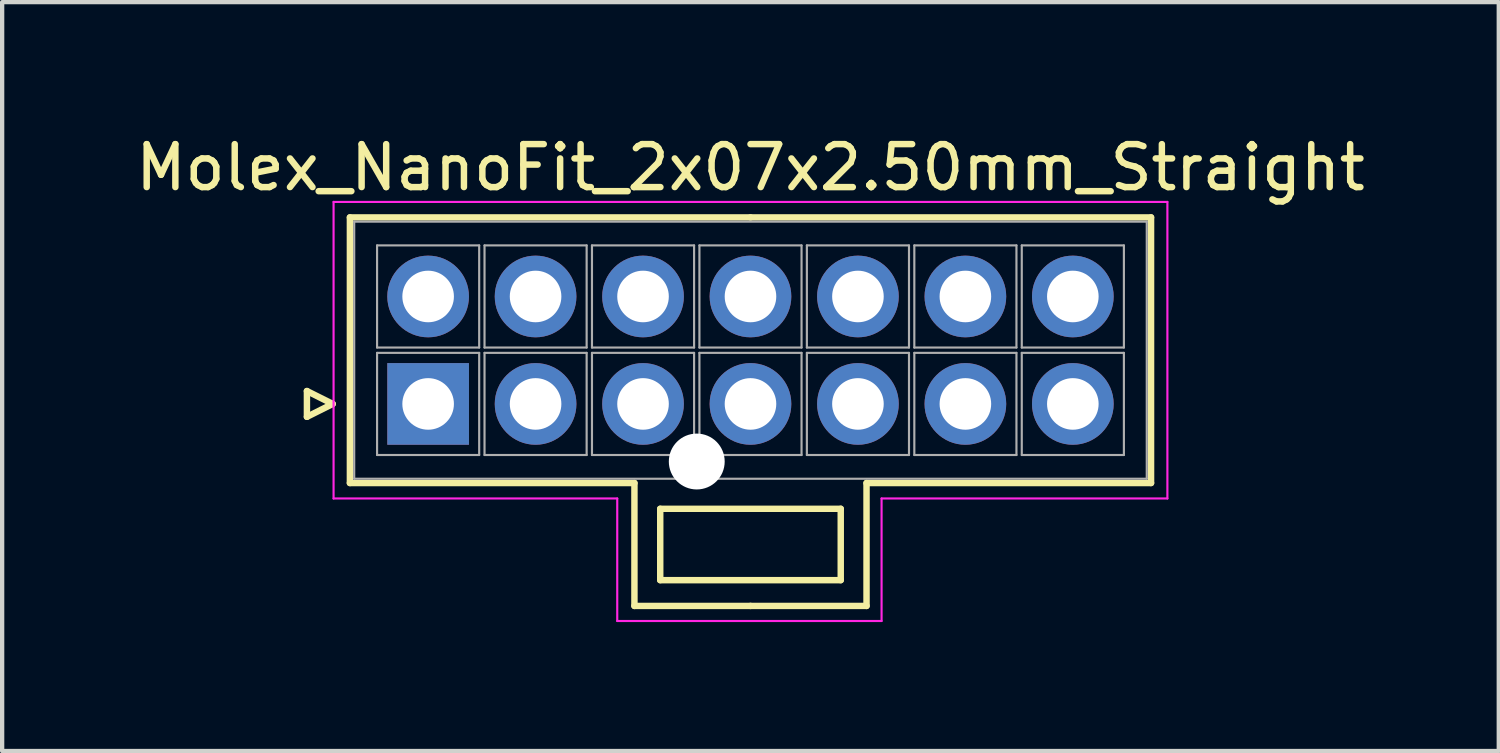
<source format=kicad_pcb>
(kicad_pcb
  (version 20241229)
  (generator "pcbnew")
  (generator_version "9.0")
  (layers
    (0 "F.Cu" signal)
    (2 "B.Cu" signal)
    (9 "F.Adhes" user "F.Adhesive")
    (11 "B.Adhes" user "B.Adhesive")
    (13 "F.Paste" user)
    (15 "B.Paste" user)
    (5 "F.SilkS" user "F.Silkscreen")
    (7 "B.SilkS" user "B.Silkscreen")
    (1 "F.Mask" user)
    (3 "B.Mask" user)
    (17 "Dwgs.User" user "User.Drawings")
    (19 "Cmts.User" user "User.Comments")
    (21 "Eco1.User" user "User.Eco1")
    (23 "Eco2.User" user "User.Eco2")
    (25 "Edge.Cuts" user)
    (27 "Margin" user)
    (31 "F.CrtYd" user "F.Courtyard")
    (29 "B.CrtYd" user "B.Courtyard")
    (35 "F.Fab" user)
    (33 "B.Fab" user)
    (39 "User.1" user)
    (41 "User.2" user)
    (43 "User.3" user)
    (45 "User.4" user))
  (footprint "Molex_NanoFit_2x07x2.50mm_Straight"
    (layer "F.Cu")
    (at 6.911 6.348)
    (property "Reference" "Molex_NanoFit_2x07x2.50mm_Straight" (at 7.5 -5.5 0) (layer "F.SilkS") (effects (font (size 1 1) (thickness 0.15))))
    (attr through_hole)
    (fp_line (start -2.82 -0.3) (end -2.22 0) (stroke (width 0.15) (type solid)) (layer "F.SilkS"))
    (fp_line (start -2.82 0.3) (end -2.82 -0.3) (stroke (width 0.15) (type solid)) (layer "F.SilkS"))
    (fp_line (start -2.22 0) (end -2.82 0.3) (stroke (width 0.15) (type solid)) (layer "F.SilkS"))
    (fp_line (start -1.82 -4.34) (end -1.82 1.84) (stroke (width 0.15) (type solid)) (layer "F.SilkS"))
    (fp_line (start -1.82 1.84) (end 4.8 1.84) (stroke (width 0.15) (type solid)) (layer "F.SilkS"))
    (fp_line (start 4.8 1.84) (end 4.8 4.7) (stroke (width 0.15) (type solid)) (layer "F.SilkS"))
    (fp_line (start 4.8 4.7) (end 7.5 4.7) (stroke (width 0.15) (type solid)) (layer "F.SilkS"))
    (fp_line (start 5.4 2.44) (end 5.4 4.1) (stroke (width 0.15) (type solid)) (layer "F.SilkS"))
    (fp_line (start 5.4 4.1) (end 9.6 4.1) (stroke (width 0.15) (type solid)) (layer "F.SilkS"))
    (fp_line (start 7.5 -4.34) (end -1.82 -4.34) (stroke (width 0.15) (type solid)) (layer "F.SilkS"))
    (fp_line (start 7.5 -4.34) (end 16.82 -4.34) (stroke (width 0.15) (type solid)) (layer "F.SilkS"))
    (fp_line (start 9.6 2.44) (end 5.4 2.44) (stroke (width 0.15) (type solid)) (layer "F.SilkS"))
    (fp_line (start 9.6 4.1) (end 9.6 2.44) (stroke (width 0.15) (type solid)) (layer "F.SilkS"))
    (fp_line (start 10.2 1.84) (end 10.2 4.7) (stroke (width 0.15) (type solid)) (layer "F.SilkS"))
    (fp_line (start 10.2 4.7) (end 7.5 4.7) (stroke (width 0.15) (type solid)) (layer "F.SilkS"))
    (fp_line (start 16.82 -4.34) (end 16.82 1.84) (stroke (width 0.15) (type solid)) (layer "F.SilkS"))
    (fp_line (start 16.82 1.84) (end 10.2 1.84) (stroke (width 0.15) (type solid)) (layer "F.SilkS"))
    (fp_line (start -2.2 -4.7) (end -2.2 2.2) (stroke (width 0.05) (type solid)) (layer "F.CrtYd"))
    (fp_line (start -2.2 2.2) (end 4.4 2.2) (stroke (width 0.05) (type solid)) (layer "F.CrtYd"))
    (fp_line (start 4.4 2.2) (end 4.4 5.05) (stroke (width 0.05) (type solid)) (layer "F.CrtYd"))
    (fp_line (start 4.4 5.05) (end 10.55 5.05) (stroke (width 0.05) (type solid)) (layer "F.CrtYd"))
    (fp_line (start 10.55 2.2) (end 17.2 2.2) (stroke (width 0.05) (type solid)) (layer "F.CrtYd"))
    (fp_line (start 10.55 5.05) (end 10.55 2.2) (stroke (width 0.05) (type solid)) (layer "F.CrtYd"))
    (fp_line (start 17.2 -4.7) (end -2.2 -4.7) (stroke (width 0.05) (type solid)) (layer "F.CrtYd"))
    (fp_line (start 17.2 2.2) (end 17.2 -4.7) (stroke (width 0.05) (type solid)) (layer "F.CrtYd"))
    (fp_line (start -1.72 -4.24) (end -1.72 1.74) (stroke (width 0.05) (type solid)) (layer "F.Fab"))
    (fp_line (start -1.72 1.74) (end 16.72 1.74) (stroke (width 0.05) (type solid)) (layer "F.Fab"))
    (fp_line (start -1.188 -3.688) (end -1.188 -1.312) (stroke (width 0.05) (type solid)) (layer "F.Fab"))
    (fp_line (start -1.188 -1.312) (end 1.188 -1.312) (stroke (width 0.05) (type solid)) (layer "F.Fab"))
    (fp_line (start -1.188 -1.188) (end -1.188 1.188) (stroke (width 0.05) (type solid)) (layer "F.Fab"))
    (fp_line (start -1.188 1.188) (end 1.188 1.188) (stroke (width 0.05) (type solid)) (layer "F.Fab"))
    (fp_line (start 1.188 -3.688) (end -1.188 -3.688) (stroke (width 0.05) (type solid)) (layer "F.Fab"))
    (fp_line (start 1.188 -1.312) (end 1.188 -3.688) (stroke (width 0.05) (type solid)) (layer "F.Fab"))
    (fp_line (start 1.188 -1.188) (end -1.188 -1.188) (stroke (width 0.05) (type solid)) (layer "F.Fab"))
    (fp_line (start 1.188 1.188) (end 1.188 -1.188) (stroke (width 0.05) (type solid)) (layer "F.Fab"))
    (fp_line (start 1.312 -3.688) (end 1.312 -1.312) (stroke (width 0.05) (type solid)) (layer "F.Fab"))
    (fp_line (start 1.312 -1.312) (end 3.688 -1.312) (stroke (width 0.05) (type solid)) (layer "F.Fab"))
    (fp_line (start 1.312 -1.188) (end 1.312 1.188) (stroke (width 0.05) (type solid)) (layer "F.Fab"))
    (fp_line (start 1.312 1.188) (end 3.688 1.188) (stroke (width 0.05) (type solid)) (layer "F.Fab"))
    (fp_line (start 3.688 -3.688) (end 1.312 -3.688) (stroke (width 0.05) (type solid)) (layer "F.Fab"))
    (fp_line (start 3.688 -1.312) (end 3.688 -3.688) (stroke (width 0.05) (type solid)) (layer "F.Fab"))
    (fp_line (start 3.688 -1.188) (end 1.312 -1.188) (stroke (width 0.05) (type solid)) (layer "F.Fab"))
    (fp_line (start 3.688 1.188) (end 3.688 -1.188) (stroke (width 0.05) (type solid)) (layer "F.Fab"))
    (fp_line (start 3.812 -3.688) (end 3.812 -1.312) (stroke (width 0.05) (type solid)) (layer "F.Fab"))
    (fp_line (start 3.812 -1.312) (end 6.188 -1.312) (stroke (width 0.05) (type solid)) (layer "F.Fab"))
    (fp_line (start 3.812 -1.188) (end 3.812 1.188) (stroke (width 0.05) (type solid)) (layer "F.Fab"))
    (fp_line (start 3.812 1.188) (end 6.188 1.188) (stroke (width 0.05) (type solid)) (layer "F.Fab"))
    (fp_line (start 6.188 -3.688) (end 3.812 -3.688) (stroke (width 0.05) (type solid)) (layer "F.Fab"))
    (fp_line (start 6.188 -1.312) (end 6.188 -3.688) (stroke (width 0.05) (type solid)) (layer "F.Fab"))
    (fp_line (start 6.188 -1.188) (end 3.812 -1.188) (stroke (width 0.05) (type solid)) (layer "F.Fab"))
    (fp_line (start 6.188 1.188) (end 6.188 -1.188) (stroke (width 0.05) (type solid)) (layer "F.Fab"))
    (fp_line (start 6.312 -3.688) (end 6.312 -1.312) (stroke (width 0.05) (type solid)) (layer "F.Fab"))
    (fp_line (start 6.312 -1.312) (end 8.688 -1.312) (stroke (width 0.05) (type solid)) (layer "F.Fab"))
    (fp_line (start 6.312 -1.188) (end 6.312 1.188) (stroke (width 0.05) (type solid)) (layer "F.Fab"))
    (fp_line (start 6.312 1.188) (end 8.688 1.188) (stroke (width 0.05) (type solid)) (layer "F.Fab"))
    (fp_line (start 8.688 -3.688) (end 6.312 -3.688) (stroke (width 0.05) (type solid)) (layer "F.Fab"))
    (fp_line (start 8.688 -1.312) (end 8.688 -3.688) (stroke (width 0.05) (type solid)) (layer "F.Fab"))
    (fp_line (start 8.688 -1.188) (end 6.312 -1.188) (stroke (width 0.05) (type solid)) (layer "F.Fab"))
    (fp_line (start 8.688 1.188) (end 8.688 -1.188) (stroke (width 0.05) (type solid)) (layer "F.Fab"))
    (fp_line (start 8.812 -3.688) (end 8.812 -1.312) (stroke (width 0.05) (type solid)) (layer "F.Fab"))
    (fp_line (start 8.812 -1.312) (end 11.188 -1.312) (stroke (width 0.05) (type solid)) (layer "F.Fab"))
    (fp_line (start 8.812 -1.188) (end 8.812 1.188) (stroke (width 0.05) (type solid)) (layer "F.Fab"))
    (fp_line (start 8.812 1.188) (end 11.188 1.188) (stroke (width 0.05) (type solid)) (layer "F.Fab"))
    (fp_line (start 11.188 -3.688) (end 8.812 -3.688) (stroke (width 0.05) (type solid)) (layer "F.Fab"))
    (fp_line (start 11.188 -1.312) (end 11.188 -3.688) (stroke (width 0.05) (type solid)) (layer "F.Fab"))
    (fp_line (start 11.188 -1.188) (end 8.812 -1.188) (stroke (width 0.05) (type solid)) (layer "F.Fab"))
    (fp_line (start 11.188 1.188) (end 11.188 -1.188) (stroke (width 0.05) (type solid)) (layer "F.Fab"))
    (fp_line (start 11.312 -3.688) (end 11.312 -1.312) (stroke (width 0.05) (type solid)) (layer "F.Fab"))
    (fp_line (start 11.312 -1.312) (end 13.688 -1.312) (stroke (width 0.05) (type solid)) (layer "F.Fab"))
    (fp_line (start 11.312 -1.188) (end 11.312 1.188) (stroke (width 0.05) (type solid)) (layer "F.Fab"))
    (fp_line (start 11.312 1.188) (end 13.688 1.188) (stroke (width 0.05) (type solid)) (layer "F.Fab"))
    (fp_line (start 13.688 -3.688) (end 11.312 -3.688) (stroke (width 0.05) (type solid)) (layer "F.Fab"))
    (fp_line (start 13.688 -1.312) (end 13.688 -3.688) (stroke (width 0.05) (type solid)) (layer "F.Fab"))
    (fp_line (start 13.688 -1.188) (end 11.312 -1.188) (stroke (width 0.05) (type solid)) (layer "F.Fab"))
    (fp_line (start 13.688 1.188) (end 13.688 -1.188) (stroke (width 0.05) (type solid)) (layer "F.Fab"))
    (fp_line (start 13.812 -3.688) (end 13.812 -1.312) (stroke (width 0.05) (type solid)) (layer "F.Fab"))
    (fp_line (start 13.812 -1.312) (end 16.188 -1.312) (stroke (width 0.05) (type solid)) (layer "F.Fab"))
    (fp_line (start 13.812 -1.188) (end 13.812 1.188) (stroke (width 0.05) (type solid)) (layer "F.Fab"))
    (fp_line (start 13.812 1.188) (end 16.188 1.188) (stroke (width 0.05) (type solid)) (layer "F.Fab"))
    (fp_line (start 16.188 -3.688) (end 13.812 -3.688) (stroke (width 0.05) (type solid)) (layer "F.Fab"))
    (fp_line (start 16.188 -1.312) (end 16.188 -3.688) (stroke (width 0.05) (type solid)) (layer "F.Fab"))
    (fp_line (start 16.188 -1.188) (end 13.812 -1.188) (stroke (width 0.05) (type solid)) (layer "F.Fab"))
    (fp_line (start 16.188 1.188) (end 16.188 -1.188) (stroke (width 0.05) (type solid)) (layer "F.Fab"))
    (fp_line (start 16.72 -4.24) (end -1.72 -4.24) (stroke (width 0.05) (type solid)) (layer "F.Fab"))
    (fp_line (start 16.72 1.74) (end 16.72 -4.24) (stroke (width 0.05) (type solid)) (layer "F.Fab"))
    (pad "" np_thru_hole circle (at 6.25 1.34) (size 1.3 1.3) (drill 1.3) (layers "*.Cu"))
    (pad "1" thru_hole rect (at 0 0) (size 1.9 1.9) (drill 1.2) (layers "*.Cu" "*.Mask"))
    (pad "2" thru_hole circle (at 2.5 0) (size 1.9 1.9) (drill 1.2) (layers "*.Cu" "*.Mask"))
    (pad "3" thru_hole circle (at 5 0) (size 1.9 1.9) (drill 1.2) (layers "*.Cu" "*.Mask"))
    (pad "4" thru_hole circle (at 7.5 0) (size 1.9 1.9) (drill 1.2) (layers "*.Cu" "*.Mask"))
    (pad "5" thru_hole circle (at 10 0) (size 1.9 1.9) (drill 1.2) (layers "*.Cu" "*.Mask"))
    (pad "6" thru_hole circle (at 12.5 0) (size 1.9 1.9) (drill 1.2) (layers "*.Cu" "*.Mask"))
    (pad "7" thru_hole circle (at 15 0) (size 1.9 1.9) (drill 1.2) (layers "*.Cu" "*.Mask"))
    (pad "8" thru_hole circle (at 0 -2.5) (size 1.9 1.9) (drill 1.2) (layers "*.Cu" "*.Mask"))
    (pad "9" thru_hole circle (at 2.5 -2.5) (size 1.9 1.9) (drill 1.2) (layers "*.Cu" "*.Mask"))
    (pad "10" thru_hole circle (at 5 -2.5) (size 1.9 1.9) (drill 1.2) (layers "*.Cu" "*.Mask"))
    (pad "11" thru_hole circle (at 7.5 -2.5) (size 1.9 1.9) (drill 1.2) (layers "*.Cu" "*.Mask"))
    (pad "12" thru_hole circle (at 10 -2.5) (size 1.9 1.9) (drill 1.2) (layers "*.Cu" "*.Mask"))
    (pad "13" thru_hole circle (at 12.5 -2.5) (size 1.9 1.9) (drill 1.2) (layers "*.Cu" "*.Mask"))
    (pad "14" thru_hole circle (at 15 -2.5) (size 1.9 1.9) (drill 1.2) (layers "*.Cu" "*.Mask")))
  (gr_rect
    (start -3 -3)
    (end 31.821 14.423)
    (stroke (width 0.1) (type default))
    (fill no)
    (layer "Edge.Cuts")))
</source>
